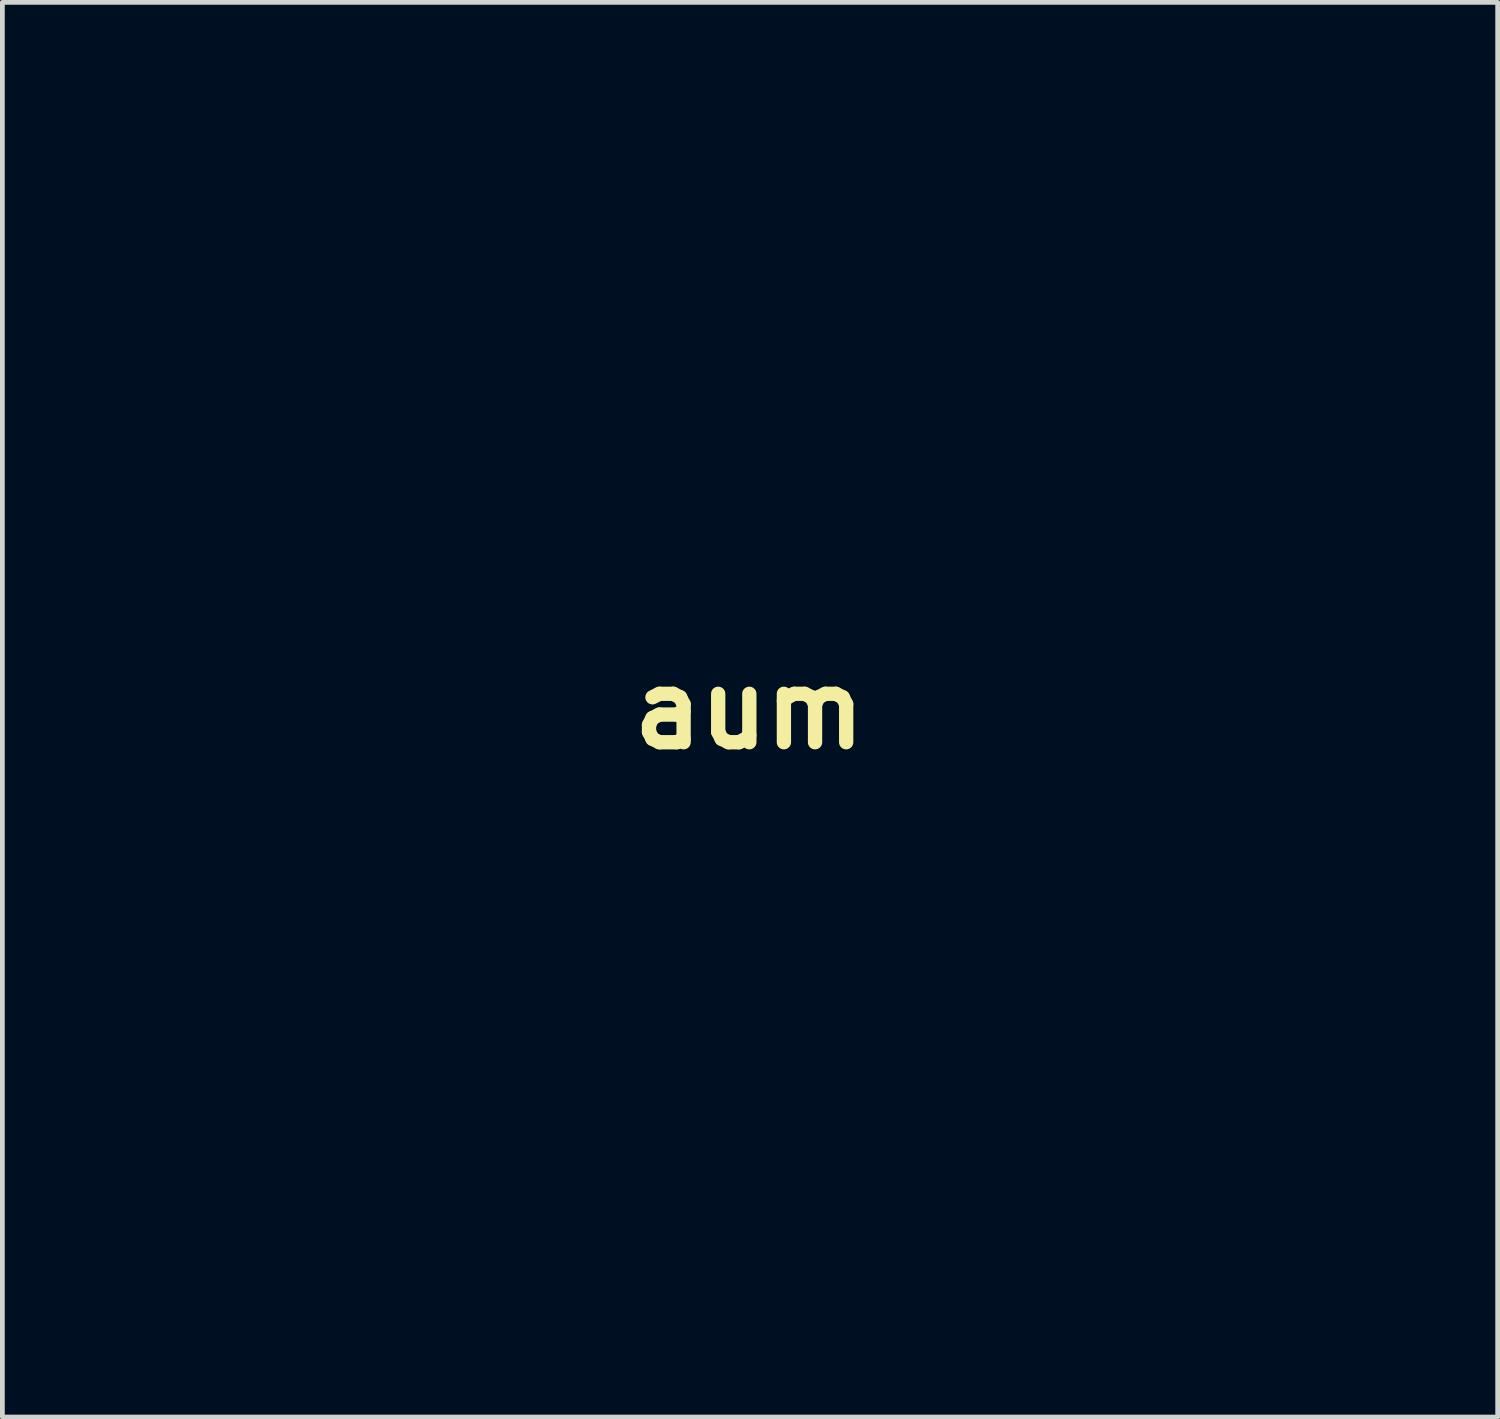
<source format=kicad_pcb>
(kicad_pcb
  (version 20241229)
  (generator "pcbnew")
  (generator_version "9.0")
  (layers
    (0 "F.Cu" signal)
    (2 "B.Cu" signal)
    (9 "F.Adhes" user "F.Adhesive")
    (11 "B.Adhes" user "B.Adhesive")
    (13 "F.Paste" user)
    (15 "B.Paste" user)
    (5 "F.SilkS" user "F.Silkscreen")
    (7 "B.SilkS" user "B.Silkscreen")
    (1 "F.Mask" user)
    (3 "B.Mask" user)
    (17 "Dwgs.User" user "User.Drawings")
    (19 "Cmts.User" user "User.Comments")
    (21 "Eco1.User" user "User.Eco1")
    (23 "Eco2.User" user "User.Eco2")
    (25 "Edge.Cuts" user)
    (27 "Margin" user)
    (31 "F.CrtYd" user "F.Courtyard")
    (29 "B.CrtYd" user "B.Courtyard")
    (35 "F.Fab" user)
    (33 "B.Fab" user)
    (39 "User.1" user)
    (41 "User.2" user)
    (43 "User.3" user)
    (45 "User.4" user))
  (footprint "aum"
    (layer "F.Cu")
    (at 12.671 11.833)
    (property "Reference" "aum" (at 0 0 0) (layer "F.SilkS") (effects (font (size 1.524 1.524) (thickness 0.3))))
    (attr through_hole)
    (fp_poly (pts (xy 1.091 -11.818) (xy 1.242 -11.797) (xy 1.422 -11.765) (xy 1.625 -11.723) (xy 1.844 -11.673) (xy 2.073 -11.615) (xy 2.3 -11.553) (xy 2.664 -11.431) (xy 3 -11.282) (xy 3.304 -11.109) (xy 3.571 -10.915) (xy 3.795 -10.705) (xy 3.971 -10.481) (xy 4.066 -10.315) (xy 4.14 -10.143) (xy 4.19 -9.98) (xy 4.219 -9.81) (xy 4.229 -9.616) (xy 4.225 -9.412) (xy 4.198 -9.106) (xy 4.143 -8.83) (xy 4.062 -8.587) (xy 3.958 -8.382) (xy 3.832 -8.22) (xy 3.687 -8.104) (xy 3.561 -8.048) (xy 3.401 -8.02) (xy 3.214 -8.018) (xy 3.024 -8.042) (xy 2.879 -8.079) (xy 2.585 -8.21) (xy 2.314 -8.391) (xy 2.065 -8.625) (xy 1.988 -8.714) (xy 1.81 -8.948) (xy 1.666 -9.187) (xy 1.548 -9.442) (xy 1.452 -9.726) (xy 1.372 -10.052) (xy 1.357 -10.126) (xy 1.309 -10.36) (xy 1.267 -10.548) (xy 1.228 -10.7) (xy 1.189 -10.825) (xy 1.147 -10.934) (xy 1.1 -11.035) (xy 1.099 -11.037) (xy 0.996 -11.198) (xy 0.867 -11.326) (xy 0.722 -11.415) (xy 0.571 -11.456) (xy 0.531 -11.458) (xy 0.481 -11.474) (xy 0.456 -11.509) (xy 0.465 -11.538) (xy 0.499 -11.546) (xy 0.578 -11.555) (xy 0.691 -11.563) (xy 0.827 -11.57) (xy 0.852 -11.571) (xy 1.221 -11.585) (xy 1.048 -11.682) (xy 0.962 -11.734) (xy 0.9 -11.778) (xy 0.875 -11.805) (xy 0.875 -11.806) (xy 0.901 -11.824) (xy 0.975 -11.828) (xy 1.091 -11.818)) (stroke (width 0.01) (type solid)) (fill yes) (layer "F.Mask"))
    (fp_poly (pts (xy 7.526 -8.678) (xy 7.698 -8.661) (xy 7.834 -8.636) (xy 7.874 -8.624) (xy 8.03 -8.549) (xy 8.175 -8.443) (xy 8.293 -8.32) (xy 8.349 -8.234) (xy 8.408 -8.066) (xy 8.434 -7.868) (xy 8.423 -7.658) (xy 8.4 -7.535) (xy 8.35 -7.381) (xy 8.273 -7.197) (xy 8.173 -6.993) (xy 8.058 -6.784) (xy 7.934 -6.581) (xy 7.809 -6.398) (xy 7.794 -6.378) (xy 7.424 -5.918) (xy 7.031 -5.5) (xy 6.62 -5.125) (xy 6.192 -4.796) (xy 5.752 -4.514) (xy 5.301 -4.281) (xy 4.843 -4.099) (xy 4.379 -3.97) (xy 3.914 -3.894) (xy 3.768 -3.882) (xy 3.547 -3.868) (xy 3.37 -3.859) (xy 3.222 -3.855) (xy 3.092 -3.854) (xy 2.964 -3.858) (xy 2.827 -3.866) (xy 2.808 -3.867) (xy 2.376 -3.922) (xy 1.949 -4.032) (xy 1.523 -4.197) (xy 1.279 -4.316) (xy 1.043 -4.449) (xy 0.826 -4.592) (xy 0.614 -4.754) (xy 0.396 -4.944) (xy 0.182 -5.151) (xy -0.087 -5.434) (xy -0.335 -5.728) (xy -0.567 -6.041) (xy -0.786 -6.38) (xy -0.997 -6.751) (xy -1.205 -7.162) (xy -1.414 -7.62) (xy -1.478 -7.769) (xy -1.544 -7.926) (xy -1.59 -8.039) (xy -1.617 -8.114) (xy -1.628 -8.159) (xy -1.625 -8.18) (xy -1.613 -8.184) (xy -1.584 -8.165) (xy -1.526 -8.111) (xy -1.444 -8.029) (xy -1.346 -7.928) (xy -1.293 -7.872) (xy -1.098 -7.671) (xy -0.88 -7.46) (xy -0.654 -7.254) (xy -0.434 -7.065) (xy -0.24 -6.91) (xy 0.141 -6.64) (xy 0.512 -6.421) (xy 0.88 -6.249) (xy 1.255 -6.121) (xy 1.644 -6.035) (xy 2.057 -5.987) (xy 2.455 -5.974) (xy 2.96 -5.996) (xy 3.429 -6.06) (xy 3.861 -6.167) (xy 4.258 -6.316) (xy 4.617 -6.506) (xy 4.66 -6.534) (xy 4.821 -6.646) (xy 4.963 -6.762) (xy 5.091 -6.892) (xy 5.212 -7.042) (xy 5.333 -7.221) (xy 5.46 -7.437) (xy 5.599 -7.698) (xy 5.6 -7.701) (xy 5.742 -7.956) (xy 5.883 -8.161) (xy 6.029 -8.323) (xy 6.188 -8.448) (xy 6.369 -8.542) (xy 6.579 -8.611) (xy 6.777 -8.653) (xy 6.945 -8.674) (xy 7.135 -8.685) (xy 7.334 -8.686) (xy 7.526 -8.678)) (stroke (width 0.01) (type solid)) (fill yes) (layer "F.Mask"))
    (fp_poly (pts (xy -2.961 -6.175) (xy -2.784 -6.17) (xy -2.645 -6.159) (xy -2.633 -6.157) (xy -2.304 -6.088) (xy -1.984 -5.974) (xy -1.683 -5.82) (xy -1.41 -5.632) (xy -1.175 -5.414) (xy -1.096 -5.322) (xy -0.917 -5.058) (xy -0.77 -4.751) (xy -0.655 -4.406) (xy -0.574 -4.026) (xy -0.528 -3.616) (xy -0.517 -3.181) (xy -0.535 -2.808) (xy -0.577 -2.424) (xy -0.64 -2.07) (xy -0.73 -1.733) (xy -0.85 -1.396) (xy -1.005 -1.046) (xy -1.117 -0.822) (xy -1.192 -0.675) (xy -1.256 -0.546) (xy -1.305 -0.442) (xy -1.335 -0.372) (xy -1.342 -0.344) (xy -1.311 -0.348) (xy -1.239 -0.369) (xy -1.138 -0.403) (xy -1.051 -0.436) (xy -0.905 -0.493) (xy -0.731 -0.558) (xy -0.555 -0.623) (xy -0.452 -0.66) (xy -0.311 -0.709) (xy -0.204 -0.742) (xy -0.112 -0.762) (xy -0.017 -0.772) (xy 0.101 -0.775) (xy 0.212 -0.775) (xy 0.456 -0.766) (xy 0.665 -0.739) (xy 0.858 -0.689) (xy 1.053 -0.612) (xy 1.087 -0.596) (xy 1.3 -0.47) (xy 1.511 -0.293) (xy 1.714 -0.073) (xy 1.906 0.185) (xy 2.081 0.474) (xy 2.235 0.788) (xy 2.341 1.057) (xy 2.382 1.171) (xy 2.421 1.266) (xy 2.449 1.329) (xy 2.458 1.344) (xy 2.499 1.37) (xy 2.576 1.405) (xy 2.673 1.439) (xy 2.926 1.537) (xy 3.175 1.668) (xy 3.436 1.84) (xy 3.438 1.841) (xy 3.536 1.91) (xy 3.617 1.963) (xy 3.669 1.994) (xy 3.684 1.998) (xy 3.69 1.968) (xy 3.7 1.891) (xy 3.703 1.864) (xy 5.845 1.864) (xy 5.854 2.115) (xy 5.889 2.389) (xy 5.947 2.696) (xy 6.029 3.045) (xy 6.039 3.087) (xy 6.097 3.326) (xy 6.14 3.536) (xy 6.171 3.732) (xy 6.192 3.931) (xy 6.203 4.148) (xy 6.208 4.399) (xy 6.209 4.516) (xy 6.21 4.703) (xy 6.213 4.841) (xy 6.218 4.94) (xy 6.228 5.008) (xy 6.241 5.052) (xy 6.254 5.075) (xy 6.276 5.103) (xy 6.302 5.12) (xy 6.34 5.125) (xy 6.4 5.117) (xy 6.491 5.096) (xy 6.622 5.06) (xy 6.717 5.033) (xy 6.989 4.938) (xy 7.286 4.806) (xy 7.597 4.641) (xy 7.912 4.449) (xy 8.22 4.237) (xy 8.41 4.092) (xy 8.587 3.942) (xy 8.772 3.769) (xy 8.956 3.584) (xy 9.128 3.397) (xy 9.278 3.22) (xy 9.395 3.064) (xy 9.411 3.039) (xy 9.593 2.725) (xy 9.756 2.371) (xy 9.897 1.991) (xy 10.011 1.6) (xy 10.092 1.213) (xy 10.129 0.931) (xy 10.141 0.576) (xy 10.111 0.253) (xy 10.038 -0.037) (xy 9.924 -0.291) (xy 9.769 -0.509) (xy 9.575 -0.689) (xy 9.341 -0.83) (xy 9.116 -0.916) (xy 8.974 -0.947) (xy 8.796 -0.969) (xy 8.598 -0.98) (xy 8.401 -0.981) (xy 8.223 -0.97) (xy 8.156 -0.962) (xy 7.8 -0.88) (xy 7.469 -0.747) (xy 7.163 -0.565) (xy 6.881 -0.332) (xy 6.623 -0.048) (xy 6.389 0.287) (xy 6.182 0.663) (xy 6.061 0.926) (xy 5.968 1.169) (xy 5.901 1.4) (xy 5.86 1.629) (xy 5.845 1.864) (xy 3.703 1.864) (xy 3.713 1.776) (xy 3.728 1.635) (xy 3.739 1.523) (xy 3.773 1.195) (xy 3.807 0.909) (xy 3.845 0.651) (xy 3.888 0.406) (xy 3.939 0.159) (xy 3.956 0.086) (xy 4.067 -0.348) (xy 4.197 -0.74) (xy 4.352 -1.1) (xy 4.536 -1.438) (xy 4.755 -1.764) (xy 5.015 -2.087) (xy 5.321 -2.417) (xy 5.415 -2.512) (xy 5.558 -2.65) (xy 5.706 -2.787) (xy 5.848 -2.913) (xy 5.972 -3.017) (xy 6.066 -3.09) (xy 6.292 -3.236) (xy 6.557 -3.384) (xy 6.847 -3.528) (xy 7.147 -3.662) (xy 7.443 -3.778) (xy 7.723 -3.871) (xy 7.945 -3.928) (xy 8.037 -3.942) (xy 8.175 -3.952) (xy 8.362 -3.96) (xy 8.601 -3.964) (xy 8.89 -3.965) (xy 9.162 -3.964) (xy 9.386 -3.96) (xy 9.573 -3.953) (xy 9.733 -3.939) (xy 9.874 -3.92) (xy 10.006 -3.893) (xy 10.14 -3.857) (xy 10.283 -3.811) (xy 10.379 -3.778) (xy 10.795 -3.605) (xy 11.17 -3.397) (xy 11.504 -3.15) (xy 11.799 -2.864) (xy 12.058 -2.537) (xy 12.28 -2.167) (xy 12.468 -1.753) (xy 12.556 -1.51) (xy 12.599 -1.371) (xy 12.633 -1.234) (xy 12.659 -1.092) (xy 12.677 -0.935) (xy 12.689 -0.756) (xy 12.695 -0.546) (xy 12.696 -0.296) (xy 12.693 -0.009) (xy 12.689 0.219) (xy 12.685 0.4) (xy 12.68 0.544) (xy 12.674 0.658) (xy 12.664 0.753) (xy 12.651 0.839) (xy 12.634 0.923) (xy 12.612 1.016) (xy 12.594 1.087) (xy 12.429 1.649) (xy 12.233 2.186) (xy 12.009 2.692) (xy 11.76 3.16) (xy 11.488 3.584) (xy 11.292 3.845) (xy 11.194 3.96) (xy 11.063 4.103) (xy 10.907 4.267) (xy 10.737 4.441) (xy 10.561 4.617) (xy 10.387 4.785) (xy 10.225 4.938) (xy 10.083 5.065) (xy 10.04 5.103) (xy 9.665 5.384) (xy 9.253 5.623) (xy 8.807 5.82) (xy 8.614 5.888) (xy 8.441 5.94) (xy 8.259 5.989) (xy 8.076 6.032) (xy 7.899 6.068) (xy 7.737 6.097) (xy 7.597 6.115) (xy 7.488 6.123) (xy 7.418 6.118) (xy 7.394 6.101) (xy 7.42 6.084) (xy 7.489 6.054) (xy 7.591 6.016) (xy 7.716 5.974) (xy 7.726 5.971) (xy 7.997 5.883) (xy 8.223 5.805) (xy 8.414 5.734) (xy 8.579 5.665) (xy 8.73 5.596) (xy 8.777 5.572) (xy 8.89 5.513) (xy 8.987 5.459) (xy 9.061 5.413) (xy 9.105 5.38) (xy 9.111 5.366) (xy 9.088 5.37) (xy 9.045 5.384) (xy 8.961 5.411) (xy 8.849 5.447) (xy 8.734 5.484) (xy 8.42 5.577) (xy 8.138 5.644) (xy 7.87 5.686) (xy 7.6 5.706) (xy 7.451 5.71) (xy 7.225 5.706) (xy 7.037 5.69) (xy 6.87 5.658) (xy 6.706 5.606) (xy 6.528 5.531) (xy 6.467 5.503) (xy 6.362 5.455) (xy 6.275 5.421) (xy 6.22 5.405) (xy 6.208 5.405) (xy 6.187 5.438) (xy 6.157 5.507) (xy 6.139 5.558) (xy 6.052 5.751) (xy 5.938 5.896) (xy 5.797 5.991) (xy 5.63 6.038) (xy 5.44 6.035) (xy 5.226 5.983) (xy 4.992 5.881) (xy 4.864 5.81) (xy 4.758 5.736) (xy 4.628 5.63) (xy 4.482 5.5) (xy 4.332 5.357) (xy 4.189 5.21) (xy 4.062 5.071) (xy 3.97 4.958) (xy 3.81 4.732) (xy 3.671 4.511) (xy 3.56 4.305) (xy 3.483 4.125) (xy 3.482 4.121) (xy 3.448 3.998) (xy 3.413 3.828) (xy 3.381 3.621) (xy 3.359 3.454) (xy 3.327 3.206) (xy 3.292 3.004) (xy 3.25 2.835) (xy 3.2 2.689) (xy 3.137 2.555) (xy 3.081 2.457) (xy 3.013 2.357) (xy 2.931 2.251) (xy 2.842 2.15) (xy 2.757 2.064) (xy 2.685 2.003) (xy 2.635 1.976) (xy 2.63 1.976) (xy 2.612 1.983) (xy 2.602 2.011) (xy 2.598 2.07) (xy 2.6 2.167) (xy 2.607 2.293) (xy 2.631 2.811) (xy 2.643 3.283) (xy 2.639 3.718) (xy 2.62 4.123) (xy 2.585 4.508) (xy 2.533 4.882) (xy 2.462 5.252) (xy 2.372 5.629) (xy 2.261 6.02) (xy 2.171 6.309) (xy 1.917 7.015) (xy 1.625 7.682) (xy 1.296 8.308) (xy 0.93 8.893) (xy 0.528 9.437) (xy 0.09 9.936) (xy 0.042 9.986) (xy -0.401 10.411) (xy -0.857 10.78) (xy -1.327 11.096) (xy -1.811 11.359) (xy -2.311 11.569) (xy -2.828 11.727) (xy -3.009 11.77) (xy -3.125 11.793) (xy -3.243 11.81) (xy -3.376 11.822) (xy -3.534 11.831) (xy -3.73 11.837) (xy -3.881 11.84) (xy -4.062 11.842) (xy -4.228 11.843) (xy -4.369 11.842) (xy -4.475 11.841) (xy -4.536 11.838) (xy -4.544 11.837) (xy -4.726 11.804) (xy -4.869 11.775) (xy -4.99 11.747) (xy -5.105 11.715) (xy -5.179 11.693) (xy -5.623 11.524) (xy -6.051 11.304) (xy -6.461 11.033) (xy -6.848 10.714) (xy -7.21 10.351) (xy -7.545 9.944) (xy -7.768 9.624) (xy -8.001 9.229) (xy -8.2 8.817) (xy -8.365 8.38) (xy -8.5 7.912) (xy -8.606 7.405) (xy -8.677 6.929) (xy -8.703 6.732) (xy -8.731 6.535) (xy -8.759 6.353) (xy -8.785 6.197) (xy -8.806 6.084) (xy -8.808 6.078) (xy -8.89 5.761) (xy -9.004 5.414) (xy -9.145 5.05) (xy -9.306 4.682) (xy -9.484 4.322) (xy -9.671 3.983) (xy -9.751 3.852) (xy -9.844 3.702) (xy -9.909 3.594) (xy -9.951 3.52) (xy -9.973 3.474) (xy -9.977 3.451) (xy -9.967 3.443) (xy -9.964 3.443) (xy -9.931 3.465) (xy -9.873 3.526) (xy -9.798 3.617) (xy -9.711 3.729) (xy -9.62 3.854) (xy -9.531 3.983) (xy -9.45 4.108) (xy -9.448 4.112) (xy -9.378 4.23) (xy -9.293 4.381) (xy -9.201 4.548) (xy -9.113 4.715) (xy -9.088 4.763) (xy -9.018 4.898) (xy -8.957 5.013) (xy -8.909 5.099) (xy -8.879 5.147) (xy -8.871 5.155) (xy -8.875 5.123) (xy -8.898 5.047) (xy -8.938 4.935) (xy -8.992 4.794) (xy -9.056 4.632) (xy -9.129 4.458) (xy -9.204 4.284) (xy -9.369 3.932) (xy -9.554 3.573) (xy -9.764 3.203) (xy -10 2.819) (xy -10.265 2.419) (xy -10.56 1.998) (xy -10.888 1.554) (xy -11.251 1.083) (xy -11.652 0.582) (xy -12.093 0.048) (xy -12.187 -0.065) (xy -12.316 -0.219) (xy -12.431 -0.36) (xy -12.528 -0.48) (xy -12.603 -0.575) (xy -12.651 -0.638) (xy -12.666 -0.664) (xy -12.666 -0.664) (xy -12.639 -0.653) (xy -12.574 -0.615) (xy -12.476 -0.553) (xy -12.354 -0.473) (xy -12.214 -0.379) (xy -12.063 -0.276) (xy -11.908 -0.169) (xy -11.757 -0.062) (xy -11.617 0.039) (xy -11.552 0.086) (xy -11.038 0.48) (xy -10.536 0.892) (xy -10.051 1.316) (xy -9.589 1.747) (xy -9.158 2.178) (xy -8.762 2.604) (xy -8.409 3.019) (xy -8.195 3.291) (xy -7.889 3.723) (xy -7.63 4.144) (xy -7.411 4.566) (xy -7.228 5) (xy -7.075 5.459) (xy -6.946 5.955) (xy -6.945 5.963) (xy -6.866 6.279) (xy -6.783 6.55) (xy -6.69 6.787) (xy -6.584 7) (xy -6.459 7.199) (xy -6.369 7.324) (xy -6.181 7.538) (xy -5.961 7.73) (xy -5.723 7.892) (xy -5.48 8.014) (xy -5.32 8.068) (xy -5.228 8.084) (xy -5.093 8.094) (xy -4.929 8.099) (xy -4.748 8.099) (xy -4.563 8.095) (xy -4.388 8.086) (xy -4.236 8.072) (xy -4.126 8.055) (xy -3.811 7.971) (xy -3.474 7.846) (xy -3.127 7.687) (xy -2.779 7.497) (xy -2.443 7.284) (xy -2.129 7.052) (xy -2.117 7.042) (xy -1.651 6.643) (xy -1.241 6.239) (xy -0.885 5.828) (xy -0.583 5.41) (xy -0.333 4.981) (xy -0.135 4.541) (xy 0.013 4.087) (xy 0.112 3.617) (xy 0.162 3.13) (xy 0.169 2.851) (xy 0.159 2.498) (xy 0.128 2.195) (xy 0.076 1.938) (xy 0.002 1.726) (xy -0.095 1.554) (xy -0.1 1.546) (xy -0.224 1.42) (xy -0.377 1.34) (xy -0.557 1.308) (xy -0.763 1.321) (xy -0.992 1.381) (xy -1.244 1.486) (xy -1.515 1.637) (xy -1.805 1.834) (xy -1.812 1.839) (xy -1.908 1.916) (xy -2.031 2.023) (xy -2.173 2.155) (xy -2.328 2.302) (xy -2.487 2.457) (xy -2.644 2.614) (xy -2.789 2.765) (xy -2.918 2.902) (xy -3.021 3.018) (xy -3.091 3.106) (xy -3.103 3.123) (xy -3.166 3.213) (xy -3.226 3.278) (xy -3.292 3.323) (xy -3.374 3.35) (xy -3.484 3.364) (xy -3.632 3.369) (xy -3.782 3.369) (xy -4.09 3.356) (xy -4.351 3.322) (xy -4.57 3.264) (xy -4.753 3.18) (xy -4.906 3.066) (xy -5.034 2.92) (xy -5.143 2.739) (xy -5.165 2.695) (xy -5.226 2.533) (xy -5.281 2.323) (xy -5.327 2.072) (xy -5.365 1.789) (xy -5.393 1.48) (xy -5.411 1.154) (xy -5.416 0.819) (xy -5.414 0.635) (xy -5.41 0.461) (xy -5.404 0.333) (xy -5.396 0.24) (xy -5.384 0.171) (xy -5.366 0.116) (xy -5.342 0.063) (xy -5.338 0.056) (xy -5.286 -0.034) (xy -5.231 -0.114) (xy -5.211 -0.138) (xy -5.113 -0.224) (xy -4.975 -0.315) (xy -4.813 -0.4) (xy -4.669 -0.461) (xy -4.262 -0.643) (xy -3.882 -0.866) (xy -3.534 -1.128) (xy -3.222 -1.424) (xy -2.952 -1.749) (xy -2.728 -2.1) (xy -2.643 -2.265) (xy -2.549 -2.475) (xy -2.484 -2.659) (xy -2.443 -2.835) (xy -2.42 -3.024) (xy -2.413 -3.244) (xy -2.413 -3.274) (xy -2.415 -3.451) (xy -2.422 -3.586) (xy -2.435 -3.69) (xy -2.456 -3.778) (xy -2.466 -3.81) (xy -2.567 -4.054) (xy -2.688 -4.257) (xy -2.827 -4.416) (xy -2.98 -4.528) (xy -3.144 -4.589) (xy -3.25 -4.6) (xy -3.374 -4.583) (xy -3.528 -4.535) (xy -3.698 -4.461) (xy -3.872 -4.367) (xy -3.941 -4.323) (xy -4.174 -4.157) (xy -4.415 -3.958) (xy -4.668 -3.723) (xy -4.934 -3.451) (xy -5.215 -3.139) (xy -5.514 -2.785) (xy -5.832 -2.387) (xy -6.172 -1.942) (xy -6.449 -1.566) (xy -6.612 -1.343) (xy -6.747 -1.161) (xy -6.856 -1.015) (xy -6.944 -0.901) (xy -7.014 -0.814) (xy -7.071 -0.749) (xy -7.118 -0.701) (xy -7.158 -0.666) (xy -7.19 -0.644) (xy -7.304 -0.6) (xy -7.425 -0.606) (xy -7.539 -0.66) (xy -7.606 -0.723) (xy -7.696 -0.836) (xy -7.813 -0.992) (xy -7.951 -1.183) (xy -8.108 -1.405) (xy -8.278 -1.651) (xy -8.323 -1.717) (xy -8.493 -1.967) (xy -8.639 -2.175) (xy -8.764 -2.35) (xy -8.874 -2.498) (xy -8.976 -2.626) (xy -9.073 -2.741) (xy -9.172 -2.849) (xy -9.277 -2.958) (xy -9.325 -3.006) (xy -9.459 -3.135) (xy -9.572 -3.233) (xy -9.677 -3.311) (xy -9.789 -3.38) (xy -9.873 -3.425) (xy -9.98 -3.482) (xy -10.064 -3.528) (xy -10.115 -3.56) (xy -10.127 -3.57) (xy -10.097 -3.578) (xy -10.022 -3.595) (xy -9.911 -3.619) (xy -9.773 -3.649) (xy -9.68 -3.668) (xy -9.332 -3.748) (xy -9.002 -3.839) (xy -8.705 -3.936) (xy -8.45 -4.038) (xy -8.424 -4.049) (xy -8.343 -4.089) (xy -8.223 -4.152) (xy -8.073 -4.232) (xy -7.901 -4.326) (xy -7.718 -4.428) (xy -7.575 -4.509) (xy -6.989 -4.836) (xy -6.446 -5.127) (xy -5.945 -5.381) (xy -5.487 -5.6) (xy -5.071 -5.782) (xy -4.696 -5.929) (xy -4.363 -6.04) (xy -4.078 -6.113) (xy -3.954 -6.133) (xy -3.787 -6.15) (xy -3.59 -6.162) (xy -3.378 -6.171) (xy -3.164 -6.176) (xy -2.961 -6.175)) (stroke (width 0.01) (type solid)) (fill yes) (layer "F.Mask")))
  (gr_rect
    (start -3 -3)
    (end 28.372 26.68)
    (stroke (width 0.1) (type default))
    (fill no)
    (layer "Edge.Cuts")))
</source>
